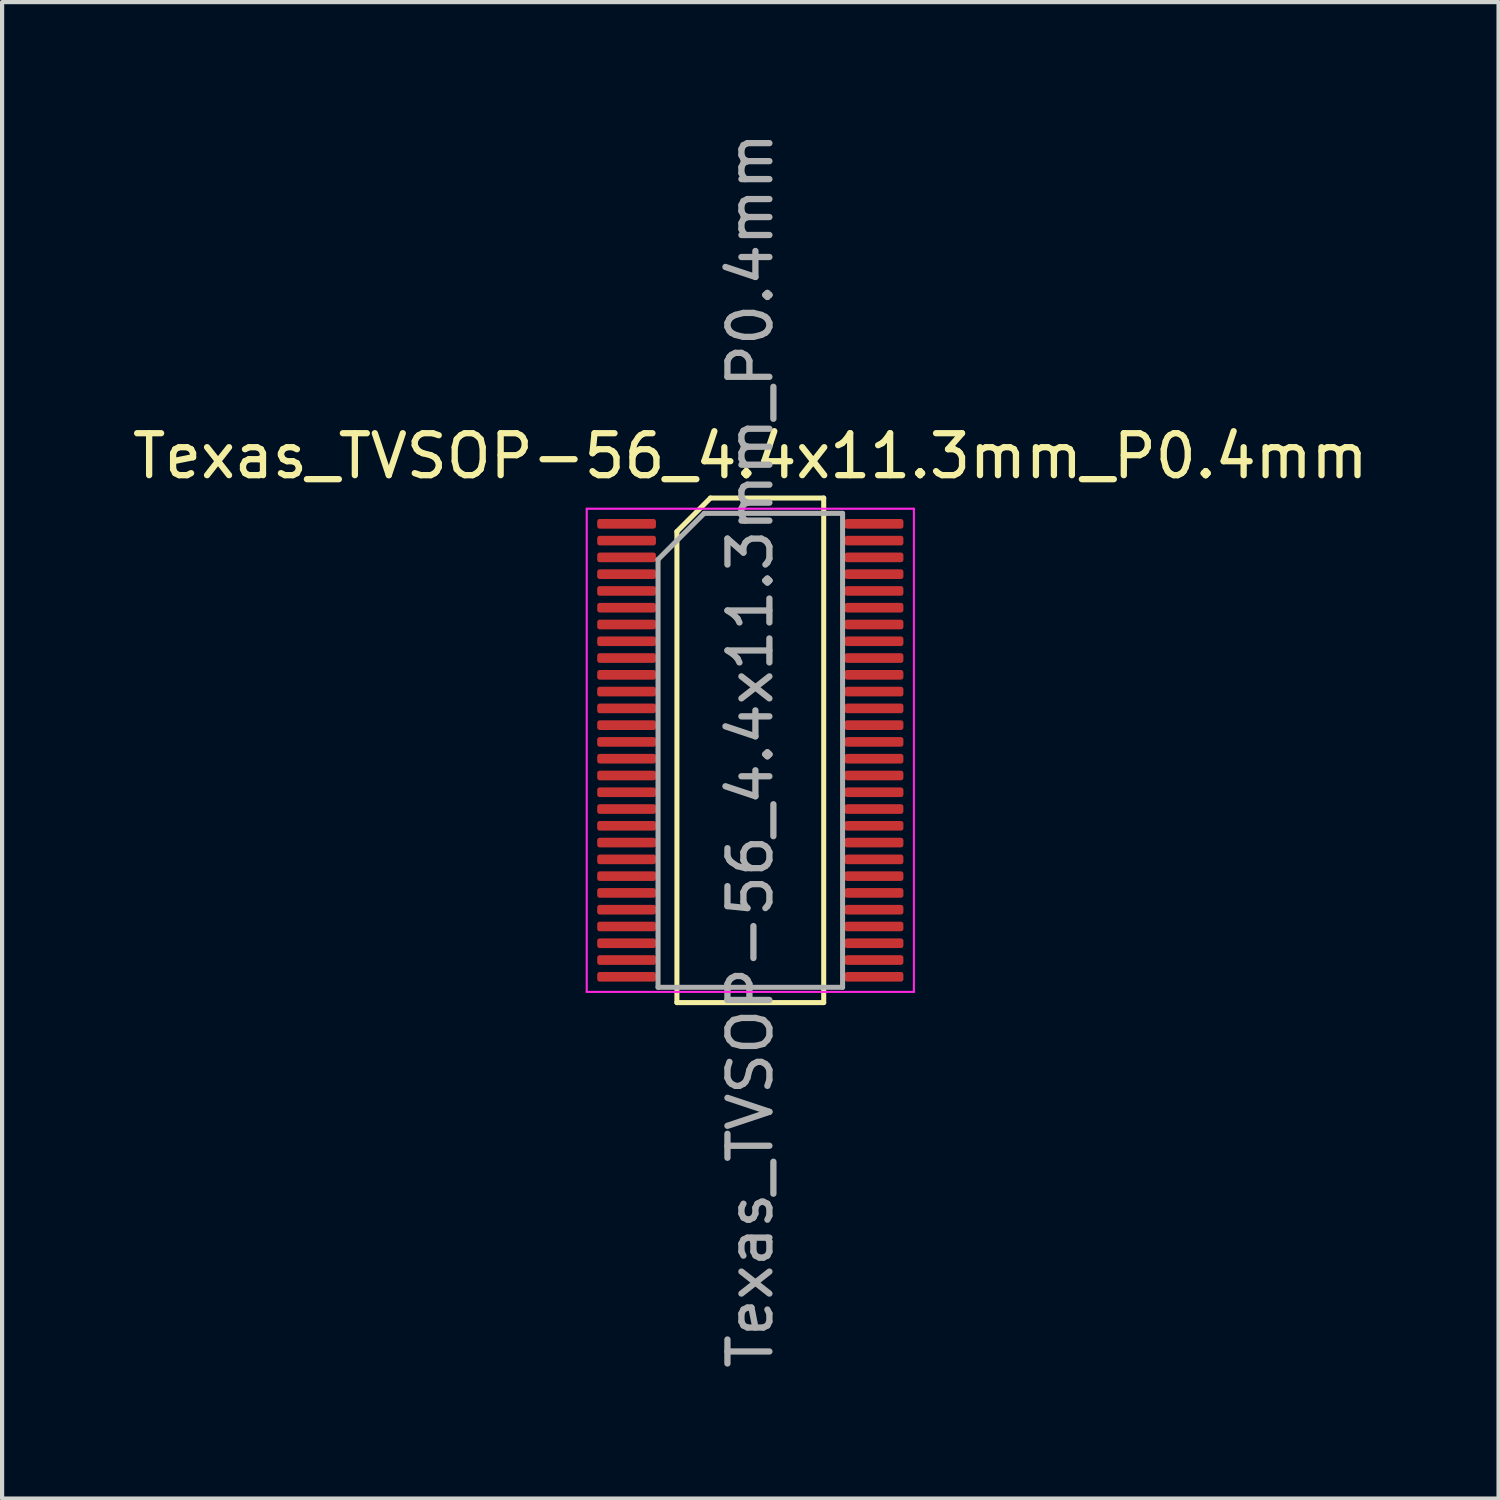
<source format=kicad_pcb>
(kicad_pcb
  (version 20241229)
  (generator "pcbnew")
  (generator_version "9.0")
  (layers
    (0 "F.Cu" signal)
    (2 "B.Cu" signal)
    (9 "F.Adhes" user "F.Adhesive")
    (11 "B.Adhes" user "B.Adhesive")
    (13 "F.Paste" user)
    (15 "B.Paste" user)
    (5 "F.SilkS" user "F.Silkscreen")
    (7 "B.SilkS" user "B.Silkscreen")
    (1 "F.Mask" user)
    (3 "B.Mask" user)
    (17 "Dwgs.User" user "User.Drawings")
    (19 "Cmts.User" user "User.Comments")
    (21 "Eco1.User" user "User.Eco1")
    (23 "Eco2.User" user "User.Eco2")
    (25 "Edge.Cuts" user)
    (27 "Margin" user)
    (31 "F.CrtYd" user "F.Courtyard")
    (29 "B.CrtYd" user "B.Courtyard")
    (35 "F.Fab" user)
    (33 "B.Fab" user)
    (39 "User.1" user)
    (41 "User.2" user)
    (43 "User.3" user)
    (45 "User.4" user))
  (footprint "Texas_TVSOP-56_4.4x11.3mm_P0.4mm"
    (layer "F.Cu")
    (at 14.839 14.839)
    (property "Reference" "Texas_TVSOP-56_4.4x11.3mm_P0.4mm" (at 0 -7.015 0) (layer "F.SilkS") (effects (font (size 1 1) (thickness 0.15))))
    (attr smd)
    (fp_line (start -1.75 -5.215) (end -0.95 -6.015) (stroke (width 0.12) (type solid)) (layer "F.SilkS"))
    (fp_line (start -1.75 6.015) (end -1.75 -5.215) (stroke (width 0.12) (type solid)) (layer "F.SilkS"))
    (fp_line (start -0.95 -6.015) (end 1.75 -6.015) (stroke (width 0.12) (type solid)) (layer "F.SilkS"))
    (fp_line (start 1.75 -6.015) (end 1.75 6.015) (stroke (width 0.12) (type solid)) (layer "F.SilkS"))
    (fp_line (start 1.75 6.015) (end -1.75 6.015) (stroke (width 0.12) (type solid)) (layer "F.SilkS"))
    (fp_line (start -3.9 -5.76) (end 3.9 -5.76) (stroke (width 0.05) (type solid)) (layer "F.CrtYd"))
    (fp_line (start -3.9 5.76) (end -3.9 -5.76) (stroke (width 0.05) (type solid)) (layer "F.CrtYd"))
    (fp_line (start 3.9 -5.76) (end 3.9 5.76) (stroke (width 0.05) (type solid)) (layer "F.CrtYd"))
    (fp_line (start 3.9 5.76) (end -3.9 5.76) (stroke (width 0.05) (type solid)) (layer "F.CrtYd"))
    (fp_line (start -2.2 -4.55) (end -1.1 -5.65) (stroke (width 0.12) (type solid)) (layer "F.Fab"))
    (fp_line (start -2.2 5.65) (end -2.2 -4.55) (stroke (width 0.12) (type solid)) (layer "F.Fab"))
    (fp_line (start -1.1 -5.65) (end 2.2 -5.65) (stroke (width 0.12) (type solid)) (layer "F.Fab"))
    (fp_line (start 2.2 -5.65) (end 2.2 5.65) (stroke (width 0.12) (type solid)) (layer "F.Fab"))
    (fp_line (start 2.2 5.65) (end -2.2 5.65) (stroke (width 0.12) (type solid)) (layer "F.Fab"))
    (fp_text user "${REFERENCE}" (at 0 0 270) (layer "F.Fab") (effects (font (size 1 1) (thickness 0.15))))
    (pad "1" smd roundrect (at -2.95 -5.4 270) (size 0.23 1.4) (layers "F.Cu" "F.Mask" "F.Paste") (roundrect_rratio 0.25))
    (pad "2" smd roundrect (at -2.95 -5 270) (size 0.23 1.4) (layers "F.Cu" "F.Mask" "F.Paste") (roundrect_rratio 0.25))
    (pad "3" smd roundrect (at -2.95 -4.6 270) (size 0.23 1.4) (layers "F.Cu" "F.Mask" "F.Paste") (roundrect_rratio 0.25))
    (pad "4" smd roundrect (at -2.95 -4.2 270) (size 0.23 1.4) (layers "F.Cu" "F.Mask" "F.Paste") (roundrect_rratio 0.25))
    (pad "5" smd roundrect (at -2.95 -3.8 270) (size 0.23 1.4) (layers "F.Cu" "F.Mask" "F.Paste") (roundrect_rratio 0.25))
    (pad "6" smd roundrect (at -2.95 -3.4 270) (size 0.23 1.4) (layers "F.Cu" "F.Mask" "F.Paste") (roundrect_rratio 0.25))
    (pad "7" smd roundrect (at -2.95 -3 270) (size 0.23 1.4) (layers "F.Cu" "F.Mask" "F.Paste") (roundrect_rratio 0.25))
    (pad "8" smd roundrect (at -2.95 -2.6 270) (size 0.23 1.4) (layers "F.Cu" "F.Mask" "F.Paste") (roundrect_rratio 0.25))
    (pad "9" smd roundrect (at -2.95 -2.2 270) (size 0.23 1.4) (layers "F.Cu" "F.Mask" "F.Paste") (roundrect_rratio 0.25))
    (pad "10" smd roundrect (at -2.95 -1.8 270) (size 0.23 1.4) (layers "F.Cu" "F.Mask" "F.Paste") (roundrect_rratio 0.25))
    (pad "11" smd roundrect (at -2.95 -1.4 270) (size 0.23 1.4) (layers "F.Cu" "F.Mask" "F.Paste") (roundrect_rratio 0.25))
    (pad "12" smd roundrect (at -2.95 -1 270) (size 0.23 1.4) (layers "F.Cu" "F.Mask" "F.Paste") (roundrect_rratio 0.25))
    (pad "13" smd roundrect (at -2.95 -0.6 270) (size 0.23 1.4) (layers "F.Cu" "F.Mask" "F.Paste") (roundrect_rratio 0.25))
    (pad "14" smd roundrect (at -2.95 -0.2 270) (size 0.23 1.4) (layers "F.Cu" "F.Mask" "F.Paste") (roundrect_rratio 0.25))
    (pad "15" smd roundrect (at -2.95 0.2 270) (size 0.23 1.4) (layers "F.Cu" "F.Mask" "F.Paste") (roundrect_rratio 0.25))
    (pad "16" smd roundrect (at -2.95 0.6 270) (size 0.23 1.4) (layers "F.Cu" "F.Mask" "F.Paste") (roundrect_rratio 0.25))
    (pad "17" smd roundrect (at -2.95 1 270) (size 0.23 1.4) (layers "F.Cu" "F.Mask" "F.Paste") (roundrect_rratio 0.25))
    (pad "18" smd roundrect (at -2.95 1.4 270) (size 0.23 1.4) (layers "F.Cu" "F.Mask" "F.Paste") (roundrect_rratio 0.25))
    (pad "19" smd roundrect (at -2.95 1.8 270) (size 0.23 1.4) (layers "F.Cu" "F.Mask" "F.Paste") (roundrect_rratio 0.25))
    (pad "20" smd roundrect (at -2.95 2.2 270) (size 0.23 1.4) (layers "F.Cu" "F.Mask" "F.Paste") (roundrect_rratio 0.25))
    (pad "21" smd roundrect (at -2.95 2.6 270) (size 0.23 1.4) (layers "F.Cu" "F.Mask" "F.Paste") (roundrect_rratio 0.25))
    (pad "22" smd roundrect (at -2.95 3 270) (size 0.23 1.4) (layers "F.Cu" "F.Mask" "F.Paste") (roundrect_rratio 0.25))
    (pad "23" smd roundrect (at -2.95 3.4 270) (size 0.23 1.4) (layers "F.Cu" "F.Mask" "F.Paste") (roundrect_rratio 0.25))
    (pad "24" smd roundrect (at -2.95 3.8 270) (size 0.23 1.4) (layers "F.Cu" "F.Mask" "F.Paste") (roundrect_rratio 0.25))
    (pad "25" smd roundrect (at -2.95 4.2 270) (size 0.23 1.4) (layers "F.Cu" "F.Mask" "F.Paste") (roundrect_rratio 0.25))
    (pad "26" smd roundrect (at -2.95 4.6 270) (size 0.23 1.4) (layers "F.Cu" "F.Mask" "F.Paste") (roundrect_rratio 0.25))
    (pad "27" smd roundrect (at -2.95 5 270) (size 0.23 1.4) (layers "F.Cu" "F.Mask" "F.Paste") (roundrect_rratio 0.25))
    (pad "28" smd roundrect (at -2.95 5.4 270) (size 0.23 1.4) (layers "F.Cu" "F.Mask" "F.Paste") (roundrect_rratio 0.25))
    (pad "29" smd roundrect (at 2.95 5.4 270) (size 0.23 1.4) (layers "F.Cu" "F.Mask" "F.Paste") (roundrect_rratio 0.25))
    (pad "30" smd roundrect (at 2.95 5 270) (size 0.23 1.4) (layers "F.Cu" "F.Mask" "F.Paste") (roundrect_rratio 0.25))
    (pad "31" smd roundrect (at 2.95 4.6 270) (size 0.23 1.4) (layers "F.Cu" "F.Mask" "F.Paste") (roundrect_rratio 0.25))
    (pad "32" smd roundrect (at 2.95 4.2 270) (size 0.23 1.4) (layers "F.Cu" "F.Mask" "F.Paste") (roundrect_rratio 0.25))
    (pad "33" smd roundrect (at 2.95 3.8 270) (size 0.23 1.4) (layers "F.Cu" "F.Mask" "F.Paste") (roundrect_rratio 0.25))
    (pad "34" smd roundrect (at 2.95 3.4 270) (size 0.23 1.4) (layers "F.Cu" "F.Mask" "F.Paste") (roundrect_rratio 0.25))
    (pad "35" smd roundrect (at 2.95 3 270) (size 0.23 1.4) (layers "F.Cu" "F.Mask" "F.Paste") (roundrect_rratio 0.25))
    (pad "36" smd roundrect (at 2.95 2.6 270) (size 0.23 1.4) (layers "F.Cu" "F.Mask" "F.Paste") (roundrect_rratio 0.25))
    (pad "37" smd roundrect (at 2.95 2.2 270) (size 0.23 1.4) (layers "F.Cu" "F.Mask" "F.Paste") (roundrect_rratio 0.25))
    (pad "38" smd roundrect (at 2.95 1.8 270) (size 0.23 1.4) (layers "F.Cu" "F.Mask" "F.Paste") (roundrect_rratio 0.25))
    (pad "39" smd roundrect (at 2.95 1.4 270) (size 0.23 1.4) (layers "F.Cu" "F.Mask" "F.Paste") (roundrect_rratio 0.25))
    (pad "40" smd roundrect (at 2.95 1 270) (size 0.23 1.4) (layers "F.Cu" "F.Mask" "F.Paste") (roundrect_rratio 0.25))
    (pad "41" smd roundrect (at 2.95 0.6 270) (size 0.23 1.4) (layers "F.Cu" "F.Mask" "F.Paste") (roundrect_rratio 0.25))
    (pad "42" smd roundrect (at 2.95 0.2 270) (size 0.23 1.4) (layers "F.Cu" "F.Mask" "F.Paste") (roundrect_rratio 0.25))
    (pad "43" smd roundrect (at 2.95 -0.2 270) (size 0.23 1.4) (layers "F.Cu" "F.Mask" "F.Paste") (roundrect_rratio 0.25))
    (pad "44" smd roundrect (at 2.95 -0.6 270) (size 0.23 1.4) (layers "F.Cu" "F.Mask" "F.Paste") (roundrect_rratio 0.25))
    (pad "45" smd roundrect (at 2.95 -1 270) (size 0.23 1.4) (layers "F.Cu" "F.Mask" "F.Paste") (roundrect_rratio 0.25))
    (pad "46" smd roundrect (at 2.95 -1.4 270) (size 0.23 1.4) (layers "F.Cu" "F.Mask" "F.Paste") (roundrect_rratio 0.25))
    (pad "47" smd roundrect (at 2.95 -1.8 270) (size 0.23 1.4) (layers "F.Cu" "F.Mask" "F.Paste") (roundrect_rratio 0.25))
    (pad "48" smd roundrect (at 2.95 -2.2 270) (size 0.23 1.4) (layers "F.Cu" "F.Mask" "F.Paste") (roundrect_rratio 0.25))
    (pad "49" smd roundrect (at 2.95 -2.6 270) (size 0.23 1.4) (layers "F.Cu" "F.Mask" "F.Paste") (roundrect_rratio 0.25))
    (pad "50" smd roundrect (at 2.95 -3 270) (size 0.23 1.4) (layers "F.Cu" "F.Mask" "F.Paste") (roundrect_rratio 0.25))
    (pad "51" smd roundrect (at 2.95 -3.4 270) (size 0.23 1.4) (layers "F.Cu" "F.Mask" "F.Paste") (roundrect_rratio 0.25))
    (pad "52" smd roundrect (at 2.95 -3.8 270) (size 0.23 1.4) (layers "F.Cu" "F.Mask" "F.Paste") (roundrect_rratio 0.25))
    (pad "53" smd roundrect (at 2.95 -4.2 270) (size 0.23 1.4) (layers "F.Cu" "F.Mask" "F.Paste") (roundrect_rratio 0.25))
    (pad "54" smd roundrect (at 2.95 -4.6 270) (size 0.23 1.4) (layers "F.Cu" "F.Mask" "F.Paste") (roundrect_rratio 0.25))
    (pad "55" smd roundrect (at 2.95 -5 270) (size 0.23 1.4) (layers "F.Cu" "F.Mask" "F.Paste") (roundrect_rratio 0.25))
    (pad "56" smd roundrect (at 2.95 -5.4 270) (size 0.23 1.4) (layers "F.Cu" "F.Mask" "F.Paste") (roundrect_rratio 0.25)))
  (gr_rect
    (start -3 -3)
    (end 32.679 32.679)
    (stroke (width 0.1) (type default))
    (fill no)
    (layer "Edge.Cuts")))
</source>
